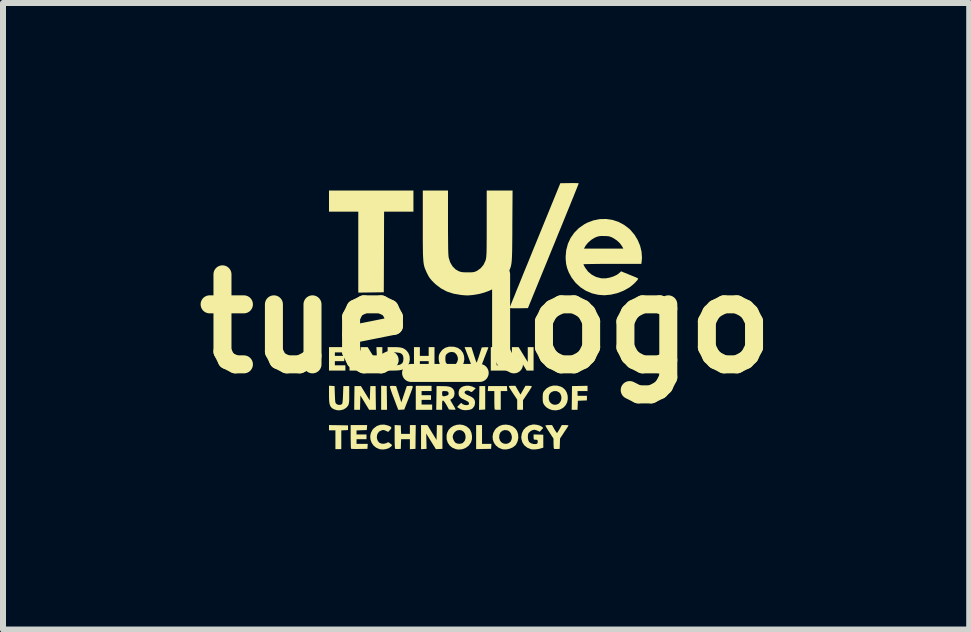
<source format=kicad_pcb>
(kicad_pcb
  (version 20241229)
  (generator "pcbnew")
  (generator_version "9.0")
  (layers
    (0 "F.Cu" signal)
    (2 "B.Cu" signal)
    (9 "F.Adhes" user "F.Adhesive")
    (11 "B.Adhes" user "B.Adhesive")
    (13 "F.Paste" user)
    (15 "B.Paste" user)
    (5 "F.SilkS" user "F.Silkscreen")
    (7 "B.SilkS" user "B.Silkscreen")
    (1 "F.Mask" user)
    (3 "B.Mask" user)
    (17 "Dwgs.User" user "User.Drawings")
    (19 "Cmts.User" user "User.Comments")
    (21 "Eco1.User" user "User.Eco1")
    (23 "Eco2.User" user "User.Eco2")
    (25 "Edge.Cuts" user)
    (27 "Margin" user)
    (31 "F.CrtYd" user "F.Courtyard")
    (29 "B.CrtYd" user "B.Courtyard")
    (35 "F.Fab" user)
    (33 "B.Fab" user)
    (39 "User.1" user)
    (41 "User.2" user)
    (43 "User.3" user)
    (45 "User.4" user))
  (footprint "tue_logo"
    (layer "F.Cu")
    (at 5.05 2.343)
    (property "Reference" "tue_logo" (at 0 0 0) (layer "F.SilkS") (effects (font (size 1.5 1.5) (thickness 0.3))))
    (attr board_only exclude_from_pos_files exclude_from_bom)
    (fp_poly (pts (xy -2.169 0.586) (xy -2.169 0.782) (xy -2.223 0.782) (xy -2.276 0.782) (xy -2.276 0.586) (xy -2.276 0.391) (xy -2.223 0.391) (xy -2.169 0.391)) (stroke (width 0) (type solid)) (fill yes) (layer "F.SilkS"))
    (fp_poly (pts (xy -1.702 1.037) (xy -1.656 1.04) (xy -1.653 1.238) (xy -1.651 1.436) (xy -1.7 1.436) (xy -1.749 1.436) (xy -1.749 1.235) (xy -1.749 1.034)) (stroke (width 0) (type solid)) (fill yes) (layer "F.SilkS"))
    (fp_poly (pts (xy -0.015 1.236) (xy -0.015 1.431) (xy -0.066 1.434) (xy -0.118 1.437) (xy -0.115 1.239) (xy -0.112 1.04) (xy -0.064 1.04) (xy -0.015 1.04)) (stroke (width 0) (type solid)) (fill yes) (layer "F.SilkS"))
    (fp_poly (pts (xy -0.068 1.846) (xy -0.068 2.003) (xy 0.01 2.003) (xy 0.089 2.003) (xy 0.086 2.044) (xy 0.083 2.086) (xy -0.042 2.088) (xy -0.166 2.091) (xy -0.166 1.891) (xy -0.166 1.69) (xy -0.117 1.69) (xy -0.068 1.69)) (stroke (width 0) (type solid)) (fill yes) (layer "F.SilkS"))
    (fp_poly (pts (xy -2.459 1.692) (xy -2.301 1.695) (xy -2.301 1.734) (xy -2.301 1.773) (xy -2.357 1.776) (xy -2.413 1.779) (xy -2.413 1.935) (xy -2.413 2.091) (xy -2.462 2.091) (xy -2.511 2.091) (xy -2.511 1.934) (xy -2.511 1.778) (xy -2.564 1.778) (xy -2.618 1.778) (xy -2.618 1.734) (xy -2.618 1.69)) (stroke (width 0) (type solid)) (fill yes) (layer "F.SilkS"))
    (fp_poly (pts (xy -1.211 -2.042) (xy -1.211 -1.866) (xy -1.456 -1.866) (xy -1.7 -1.866) (xy -1.702 -1.194) (xy -1.705 -0.523) (xy -1.917 -0.52) (xy -2.13 -0.517) (xy -2.13 -1.192) (xy -2.13 -1.866) (xy -2.374 -1.866) (xy -2.618 -1.866) (xy -2.618 -2.042) (xy -2.618 -2.218) (xy -1.915 -2.218) (xy -1.211 -2.218)) (stroke (width 0) (type solid)) (fill yes) (layer "F.SilkS"))
    (fp_poly (pts (xy -2.013 1.16) (xy -1.939 1.279) (xy -1.934 1.16) (xy -1.929 1.04) (xy -1.885 1.04) (xy -1.841 1.04) (xy -1.839 1.238) (xy -1.836 1.436) (xy -1.893 1.436) (xy -1.949 1.436) (xy -2.022 1.316) (xy -2.095 1.197) (xy -2.098 1.316) (xy -2.101 1.436) (xy -2.15 1.436) (xy -2.198 1.436) (xy -2.196 1.238) (xy -2.193 1.04) (xy -2.14 1.04) (xy -2.086 1.04)) (stroke (width 0) (type solid)) (fill yes) (layer "F.SilkS"))
    (fp_poly (pts (xy -0.774 1.692) (xy -0.728 1.695) (xy -0.728 1.89) (xy -0.728 2.086) (xy -0.782 2.089) (xy -0.837 2.091) (xy -0.917 1.962) (xy -0.998 1.832) (xy -0.995 1.959) (xy -0.992 2.086) (xy -1.038 2.089) (xy -1.084 2.092) (xy -1.084 1.891) (xy -1.084 1.69) (xy -1.031 1.69) (xy -0.978 1.69) (xy -0.902 1.814) (xy -0.826 1.938) (xy -0.823 1.813) (xy -0.82 1.689)) (stroke (width 0) (type solid)) (fill yes) (layer "F.SilkS"))
    (fp_poly (pts (xy 0.791 0.586) (xy 0.791 0.782) (xy 0.734 0.782) (xy 0.676 0.782) (xy 0.602 0.662) (xy 0.528 0.543) (xy 0.528 0.662) (xy 0.528 0.782) (xy 0.479 0.782) (xy 0.43 0.782) (xy 0.43 0.586) (xy 0.43 0.391) (xy 0.486 0.391) (xy 0.542 0.391) (xy 0.618 0.515) (xy 0.694 0.64) (xy 0.694 0.515) (xy 0.694 0.391) (xy 0.742 0.391) (xy 0.791 0.391)) (stroke (width 0) (type solid)) (fill yes) (layer "F.SilkS"))
    (fp_poly (pts (xy 1.69 1.079) (xy 1.69 1.123) (xy 1.607 1.123) (xy 1.524 1.123) (xy 1.524 1.163) (xy 1.524 1.202) (xy 1.602 1.202) (xy 1.68 1.202) (xy 1.68 1.24) (xy 1.68 1.279) (xy 1.605 1.282) (xy 1.529 1.285) (xy 1.526 1.36) (xy 1.523 1.436) (xy 1.475 1.436) (xy 1.426 1.436) (xy 1.429 1.238) (xy 1.431 1.04) (xy 1.561 1.038) (xy 1.69 1.035)) (stroke (width 0) (type solid)) (fill yes) (layer "F.SilkS"))
    (fp_poly (pts (xy 0.35 1.082) (xy 0.353 1.123) (xy 0.299 1.123) (xy 0.244 1.123) (xy 0.244 1.28) (xy 0.244 1.436) (xy 0.197 1.436) (xy 0.168 1.435) (xy 0.148 1.432) (xy 0.143 1.43) (xy 0.141 1.418) (xy 0.139 1.39) (xy 0.138 1.35) (xy 0.137 1.301) (xy 0.137 1.273) (xy 0.137 1.123) (xy 0.082 1.123) (xy 0.028 1.123) (xy 0.031 1.082) (xy 0.034 1.04) (xy 0.191 1.04) (xy 0.347 1.04)) (stroke (width 0) (type solid)) (fill yes) (layer "F.SilkS"))
    (fp_poly (pts (xy -1.937 0.45) (xy -1.912 0.49) (xy -1.883 0.535) (xy -1.858 0.574) (xy -1.816 0.64) (xy -1.822 0.515) (xy -1.828 0.391) (xy -1.778 0.391) (xy -1.729 0.391) (xy -1.729 0.587) (xy -1.729 0.783) (xy -1.785 0.78) (xy -1.841 0.777) (xy -1.915 0.658) (xy -1.988 0.539) (xy -1.991 0.66) (xy -1.994 0.782) (xy -2.042 0.782) (xy -2.091 0.782) (xy -2.091 0.586) (xy -2.091 0.391) (xy -2.032 0.391) (xy -1.973 0.391)) (stroke (width 0) (type solid)) (fill yes) (layer "F.SilkS"))
    (fp_poly (pts (xy -2.354 0.435) (xy -2.354 0.479) (xy -2.437 0.479) (xy -2.52 0.479) (xy -2.52 0.508) (xy -2.52 0.537) (xy -2.442 0.537) (xy -2.364 0.537) (xy -2.364 0.581) (xy -2.364 0.625) (xy -2.442 0.625) (xy -2.52 0.625) (xy -2.52 0.659) (xy -2.52 0.694) (xy -2.433 0.694) (xy -2.345 0.694) (xy -2.345 0.738) (xy -2.345 0.782) (xy -2.481 0.782) (xy -2.618 0.782) (xy -2.618 0.586) (xy -2.618 0.391) (xy -2.486 0.391) (xy -2.354 0.391)) (stroke (width 0) (type solid)) (fill yes) (layer "F.SilkS"))
    (fp_poly (pts (xy -1.104 0.464) (xy -1.104 0.537) (xy -1.031 0.537) (xy -0.957 0.537) (xy -0.957 0.464) (xy -0.957 0.391) (xy -0.909 0.391) (xy -0.86 0.391) (xy -0.86 0.586) (xy -0.86 0.782) (xy -0.909 0.782) (xy -0.957 0.782) (xy -0.957 0.703) (xy -0.957 0.625) (xy -1.031 0.625) (xy -1.104 0.625) (xy -1.104 0.703) (xy -1.104 0.782) (xy -1.153 0.782) (xy -1.202 0.782) (xy -1.202 0.586) (xy -1.202 0.391) (xy -1.153 0.391) (xy -1.104 0.391)) (stroke (width 0) (type solid)) (fill yes) (layer "F.SilkS"))
    (fp_poly (pts (xy -0.909 1.079) (xy -0.909 1.123) (xy -0.992 1.123) (xy -1.075 1.123) (xy -1.075 1.158) (xy -1.075 1.192) (xy -0.996 1.192) (xy -0.918 1.192) (xy -0.918 1.231) (xy -0.918 1.27) (xy -0.996 1.27) (xy -1.075 1.27) (xy -1.075 1.309) (xy -1.075 1.348) (xy -0.987 1.348) (xy -0.899 1.348) (xy -0.899 1.392) (xy -0.899 1.436) (xy -1.036 1.436) (xy -1.172 1.436) (xy -1.172 1.236) (xy -1.172 1.036) (xy -1.04 1.036) (xy -0.909 1.036)) (stroke (width 0) (type solid)) (fill yes) (layer "F.SilkS"))
    (fp_poly (pts (xy 0.35 0.432) (xy 0.347 0.474) (xy 0.261 0.477) (xy 0.176 0.479) (xy 0.176 0.508) (xy 0.176 0.537) (xy 0.256 0.539) (xy 0.337 0.542) (xy 0.337 0.581) (xy 0.337 0.62) (xy 0.256 0.623) (xy 0.176 0.626) (xy 0.176 0.659) (xy 0.176 0.693) (xy 0.266 0.696) (xy 0.357 0.699) (xy 0.36 0.74) (xy 0.363 0.782) (xy 0.22 0.782) (xy 0.078 0.782) (xy 0.078 0.586) (xy 0.078 0.391) (xy 0.215 0.391) (xy 0.353 0.391)) (stroke (width 0) (type solid)) (fill yes) (layer "F.SilkS"))
    (fp_poly (pts (xy -0.203 0.522) (xy -0.188 0.569) (xy -0.175 0.608) (xy -0.165 0.635) (xy -0.158 0.648) (xy -0.157 0.649) (xy -0.152 0.638) (xy -0.143 0.612) (xy -0.13 0.575) (xy -0.115 0.53) (xy -0.112 0.519) (xy -0.073 0.396) (xy -0.016 0.393) (xy 0.017 0.392) (xy 0.034 0.395) (xy 0.037 0.401) (xy 0.037 0.402) (xy 0.032 0.415) (xy 0.021 0.443) (xy 0.005 0.483) (xy -0.014 0.533) (xy -0.036 0.588) (xy -0.039 0.598) (xy -0.11 0.782) (xy -0.161 0.782) (xy -0.211 0.782) (xy -0.285 0.586) (xy -0.359 0.391) (xy -0.302 0.391) (xy -0.245 0.391)) (stroke (width 0) (type solid)) (fill yes) (layer "F.SilkS"))
    (fp_poly (pts (xy 0.53 1.109) (xy 0.573 1.182) (xy 0.614 1.109) (xy 0.656 1.036) (xy 0.709 1.036) (xy 0.738 1.037) (xy 0.758 1.042) (xy 0.762 1.045) (xy 0.757 1.057) (xy 0.743 1.081) (xy 0.722 1.115) (xy 0.695 1.155) (xy 0.689 1.165) (xy 0.615 1.275) (xy 0.615 1.355) (xy 0.615 1.436) (xy 0.567 1.436) (xy 0.518 1.436) (xy 0.518 1.351) (xy 0.518 1.265) (xy 0.445 1.156) (xy 0.419 1.116) (xy 0.398 1.081) (xy 0.383 1.056) (xy 0.378 1.043) (xy 0.378 1.041) (xy 0.391 1.038) (xy 0.416 1.036) (xy 0.436 1.036) (xy 0.488 1.036)) (stroke (width 0) (type solid)) (fill yes) (layer "F.SilkS"))
    (fp_poly (pts (xy -1.473 1.692) (xy -1.421 1.695) (xy -1.419 1.766) (xy -1.416 1.837) (xy -1.343 1.837) (xy -1.27 1.837) (xy -1.27 1.763) (xy -1.27 1.69) (xy -1.221 1.69) (xy -1.172 1.69) (xy -1.175 1.888) (xy -1.177 2.086) (xy -1.224 2.089) (xy -1.27 2.092) (xy -1.27 2.008) (xy -1.27 1.925) (xy -1.343 1.925) (xy -1.416 1.925) (xy -1.419 2.005) (xy -1.421 2.086) (xy -1.466 2.089) (xy -1.494 2.089) (xy -1.513 2.086) (xy -1.517 2.085) (xy -1.519 2.073) (xy -1.521 2.045) (xy -1.523 2.004) (xy -1.524 1.952) (xy -1.524 1.893) (xy -1.524 1.883) (xy -1.524 1.689)) (stroke (width 0) (type solid)) (fill yes) (layer "F.SilkS"))
    (fp_poly (pts (xy -1.985 1.732) (xy -1.988 1.773) (xy -2.074 1.776) (xy -2.159 1.779) (xy -2.159 1.813) (xy -2.159 1.846) (xy -2.076 1.846) (xy -1.993 1.846) (xy -1.993 1.885) (xy -1.993 1.925) (xy -2.076 1.925) (xy -2.159 1.925) (xy -2.159 1.964) (xy -2.159 2.003) (xy -2.066 2.003) (xy -1.972 2.003) (xy -1.975 2.044) (xy -1.978 2.086) (xy -2.111 2.088) (xy -2.16 2.089) (xy -2.202 2.088) (xy -2.232 2.087) (xy -2.249 2.085) (xy -2.25 2.084) (xy -2.252 2.073) (xy -2.254 2.045) (xy -2.255 2.004) (xy -2.256 1.952) (xy -2.257 1.893) (xy -2.257 1.884) (xy -2.257 1.69) (xy -2.119 1.69) (xy -1.982 1.69)) (stroke (width 0) (type solid)) (fill yes) (layer "F.SilkS"))
    (fp_poly (pts (xy -1.227 1.04) (xy -1.222 1.048) (xy -1.222 1.052) (xy -1.225 1.066) (xy -1.235 1.096) (xy -1.25 1.137) (xy -1.269 1.187) (xy -1.29 1.243) (xy -1.293 1.25) (xy -1.364 1.431) (xy -1.414 1.434) (xy -1.463 1.437) (xy -1.489 1.371) (xy -1.502 1.336) (xy -1.52 1.288) (xy -1.54 1.235) (xy -1.561 1.181) (xy -1.562 1.177) (xy -1.579 1.131) (xy -1.592 1.091) (xy -1.601 1.061) (xy -1.603 1.044) (xy -1.603 1.042) (xy -1.589 1.038) (xy -1.564 1.037) (xy -1.548 1.037) (xy -1.5 1.04) (xy -1.456 1.176) (xy -1.413 1.312) (xy -1.367 1.176) (xy -1.322 1.04) (xy -1.272 1.037) (xy -1.242 1.037)) (stroke (width 0) (type solid)) (fill yes) (layer "F.SilkS"))
    (fp_poly (pts (xy -1.541 0.391) (xy -1.477 0.392) (xy -1.427 0.397) (xy -1.389 0.407) (xy -1.358 0.423) (xy -1.33 0.445) (xy -1.296 0.487) (xy -1.276 0.538) (xy -1.271 0.593) (xy -1.279 0.646) (xy -1.302 0.695) (xy -1.338 0.734) (xy -1.34 0.735) (xy -1.371 0.755) (xy -1.405 0.769) (xy -1.445 0.777) (xy -1.497 0.781) (xy -1.54 0.782) (xy -1.641 0.782) (xy -1.641 0.586) (xy -1.641 0.476) (xy -1.544 0.476) (xy -1.544 0.585) (xy -1.544 0.694) (xy -1.499 0.694) (xy -1.465 0.69) (xy -1.433 0.682) (xy -1.426 0.679) (xy -1.398 0.659) (xy -1.383 0.632) (xy -1.378 0.592) (xy -1.377 0.582) (xy -1.383 0.539) (xy -1.402 0.508) (xy -1.434 0.489) (xy -1.483 0.481) (xy -1.483 0.481) (xy -1.544 0.476) (xy -1.641 0.476) (xy -1.641 0.391)) (stroke (width 0) (type solid)) (fill yes) (layer "F.SilkS"))
    (fp_poly (pts (xy 1.487 -2.342) (xy 1.521 -2.341) (xy 1.54 -2.339) (xy 1.543 -2.338) (xy 1.54 -2.328) (xy 1.529 -2.301) (xy 1.512 -2.258) (xy 1.489 -2.201) (xy 1.461 -2.13) (xy 1.427 -2.047) (xy 1.389 -1.953) (xy 1.346 -1.848) (xy 1.3 -1.735) (xy 1.251 -1.614) (xy 1.198 -1.486) (xy 1.144 -1.352) (xy 1.12 -1.294) (xy 0.697 -0.259) (xy 0.544 -0.256) (xy 0.492 -0.256) (xy 0.447 -0.256) (xy 0.414 -0.258) (xy 0.394 -0.26) (xy 0.391 -0.261) (xy 0.394 -0.271) (xy 0.405 -0.298) (xy 0.422 -0.34) (xy 0.445 -0.398) (xy 0.474 -0.468) (xy 0.507 -0.552) (xy 0.546 -0.646) (xy 0.588 -0.75) (xy 0.634 -0.864) (xy 0.684 -0.985) (xy 0.736 -1.113) (xy 0.79 -1.246) (xy 0.814 -1.304) (xy 1.237 -2.34) (xy 1.39 -2.342) (xy 1.442 -2.343)) (stroke (width 0) (type solid)) (fill yes) (layer "F.SilkS"))
    (fp_poly (pts (xy 1.353 1.691) (xy 1.37 1.695) (xy 1.372 1.701) (xy 1.371 1.702) (xy 1.363 1.715) (xy 1.347 1.74) (xy 1.324 1.774) (xy 1.298 1.813) (xy 1.298 1.814) (xy 1.232 1.913) (xy 1.229 1.999) (xy 1.226 2.086) (xy 1.182 2.089) (xy 1.154 2.089) (xy 1.134 2.086) (xy 1.13 2.085) (xy 1.127 2.072) (xy 1.125 2.045) (xy 1.124 2.009) (xy 1.123 1.997) (xy 1.123 1.916) (xy 1.055 1.811) (xy 1.029 1.771) (xy 1.008 1.736) (xy 0.993 1.711) (xy 0.987 1.699) (xy 0.987 1.698) (xy 0.996 1.694) (xy 1.018 1.691) (xy 1.043 1.69) (xy 1.099 1.69) (xy 1.137 1.758) (xy 1.156 1.789) (xy 1.172 1.812) (xy 1.181 1.821) (xy 1.183 1.821) (xy 1.191 1.811) (xy 1.205 1.788) (xy 1.223 1.758) (xy 1.226 1.753) (xy 1.261 1.69) (xy 1.32 1.69)) (stroke (width 0) (type solid)) (fill yes) (layer "F.SilkS"))
    (fp_poly (pts (xy -2.572 1.037) (xy -2.525 1.04) (xy -2.52 1.181) (xy -2.518 1.236) (xy -2.516 1.275) (xy -2.513 1.301) (xy -2.509 1.318) (xy -2.503 1.329) (xy -2.494 1.338) (xy -2.492 1.34) (xy -2.463 1.353) (xy -2.43 1.353) (xy -2.402 1.341) (xy -2.399 1.338) (xy -2.395 1.325) (xy -2.391 1.296) (xy -2.387 1.255) (xy -2.385 1.206) (xy -2.384 1.184) (xy -2.379 1.04) (xy -2.33 1.04) (xy -2.281 1.04) (xy -2.281 1.187) (xy -2.281 1.245) (xy -2.282 1.287) (xy -2.285 1.318) (xy -2.289 1.339) (xy -2.295 1.356) (xy -2.301 1.368) (xy -2.333 1.404) (xy -2.376 1.43) (xy -2.428 1.443) (xy -2.481 1.443) (xy -2.532 1.428) (xy -2.536 1.426) (xy -2.564 1.41) (xy -2.585 1.39) (xy -2.6 1.364) (xy -2.61 1.33) (xy -2.616 1.283) (xy -2.618 1.222) (xy -2.618 1.183) (xy -2.618 1.034)) (stroke (width 0) (type solid)) (fill yes) (layer "F.SilkS"))
    (fp_poly (pts (xy -1.639 1.696) (xy -1.601 1.711) (xy -1.582 1.725) (xy -1.579 1.742) (xy -1.593 1.763) (xy -1.601 1.772) (xy -1.632 1.804) (xy -1.671 1.785) (xy -1.699 1.774) (xy -1.722 1.772) (xy -1.742 1.778) (xy -1.782 1.798) (xy -1.807 1.831) (xy -1.817 1.857) (xy -1.821 1.899) (xy -1.811 1.941) (xy -1.789 1.975) (xy -1.781 1.983) (xy -1.747 1.998) (xy -1.707 2.002) (xy -1.668 1.993) (xy -1.656 1.987) (xy -1.639 1.978) (xy -1.626 1.978) (xy -1.608 1.989) (xy -1.597 1.998) (xy -1.576 2.014) (xy -1.568 2.025) (xy -1.573 2.036) (xy -1.58 2.044) (xy -1.615 2.071) (xy -1.663 2.089) (xy -1.716 2.097) (xy -1.767 2.093) (xy -1.775 2.092) (xy -1.83 2.068) (xy -1.875 2.032) (xy -1.907 1.986) (xy -1.926 1.934) (xy -1.931 1.878) (xy -1.921 1.823) (xy -1.895 1.771) (xy -1.872 1.744) (xy -1.82 1.705) (xy -1.762 1.685) (xy -1.698 1.682)) (stroke (width 0) (type solid)) (fill yes) (layer "F.SilkS"))
    (fp_poly (pts (xy 0.387 1.69) (xy 0.44 1.711) (xy 0.485 1.746) (xy 0.515 1.787) (xy 0.533 1.841) (xy 0.537 1.9) (xy 0.526 1.958) (xy 0.502 2.009) (xy 0.486 2.03) (xy 0.444 2.062) (xy 0.392 2.084) (xy 0.335 2.096) (xy 0.281 2.094) (xy 0.269 2.092) (xy 0.21 2.068) (xy 0.164 2.031) (xy 0.131 1.985) (xy 0.112 1.933) (xy 0.109 1.896) (xy 0.217 1.896) (xy 0.218 1.904) (xy 0.231 1.948) (xy 0.258 1.98) (xy 0.295 1.999) (xy 0.337 2.003) (xy 0.374 1.992) (xy 0.405 1.969) (xy 0.423 1.935) (xy 0.43 1.896) (xy 0.424 1.856) (xy 0.408 1.819) (xy 0.381 1.791) (xy 0.354 1.778) (xy 0.309 1.773) (xy 0.271 1.785) (xy 0.24 1.811) (xy 0.222 1.849) (xy 0.217 1.896) (xy 0.109 1.896) (xy 0.108 1.878) (xy 0.119 1.822) (xy 0.147 1.769) (xy 0.17 1.742) (xy 0.217 1.707) (xy 0.272 1.687) (xy 0.33 1.682)) (stroke (width 0) (type solid)) (fill yes) (layer "F.SilkS"))
    (fp_poly (pts (xy -0.378 1.69) (xy -0.327 1.712) (xy -0.284 1.747) (xy -0.266 1.77) (xy -0.245 1.817) (xy -0.235 1.873) (xy -0.237 1.929) (xy -0.251 1.978) (xy -0.253 1.981) (xy -0.289 2.032) (xy -0.338 2.069) (xy -0.395 2.092) (xy -0.458 2.098) (xy -0.505 2.091) (xy -0.561 2.068) (xy -0.606 2.032) (xy -0.639 1.984) (xy -0.657 1.928) (xy -0.658 1.885) (xy -0.557 1.885) (xy -0.55 1.919) (xy -0.534 1.955) (xy -0.512 1.982) (xy -0.507 1.987) (xy -0.476 1.999) (xy -0.439 2.002) (xy -0.403 1.995) (xy -0.385 1.985) (xy -0.358 1.955) (xy -0.344 1.915) (xy -0.342 1.883) (xy -0.35 1.838) (xy -0.372 1.803) (xy -0.404 1.781) (xy -0.443 1.772) (xy -0.485 1.78) (xy -0.491 1.783) (xy -0.523 1.807) (xy -0.547 1.843) (xy -0.557 1.882) (xy -0.557 1.885) (xy -0.658 1.885) (xy -0.659 1.866) (xy -0.651 1.824) (xy -0.626 1.772) (xy -0.589 1.732) (xy -0.542 1.703) (xy -0.489 1.686) (xy -0.434 1.681)) (stroke (width 0) (type solid)) (fill yes) (layer "F.SilkS"))
    (fp_poly (pts (xy -0.533 0.385) (xy -0.473 0.403) (xy -0.424 0.436) (xy -0.421 0.439) (xy -0.385 0.487) (xy -0.367 0.541) (xy -0.363 0.598) (xy -0.374 0.653) (xy -0.399 0.704) (xy -0.437 0.747) (xy -0.487 0.777) (xy -0.535 0.789) (xy -0.59 0.791) (xy -0.645 0.783) (xy -0.685 0.769) (xy -0.734 0.734) (xy -0.767 0.688) (xy -0.785 0.63) (xy -0.789 0.599) (xy -0.789 0.585) (xy -0.679 0.585) (xy -0.677 0.624) (xy -0.67 0.65) (xy -0.659 0.664) (xy -0.622 0.693) (xy -0.579 0.703) (xy -0.533 0.694) (xy -0.506 0.675) (xy -0.484 0.643) (xy -0.471 0.605) (xy -0.469 0.586) (xy -0.476 0.547) (xy -0.495 0.511) (xy -0.522 0.484) (xy -0.535 0.478) (xy -0.577 0.471) (xy -0.619 0.48) (xy -0.654 0.503) (xy -0.669 0.521) (xy -0.676 0.542) (xy -0.679 0.572) (xy -0.679 0.585) (xy -0.789 0.585) (xy -0.79 0.56) (xy -0.787 0.531) (xy -0.778 0.505) (xy -0.769 0.488) (xy -0.732 0.438) (xy -0.684 0.403) (xy -0.625 0.385) (xy -0.605 0.383)) (stroke (width 0) (type solid)) (fill yes) (layer "F.SilkS"))
    (fp_poly (pts (xy 1.241 1.048) (xy 1.277 1.066) (xy 1.317 1.102) (xy 1.344 1.148) (xy 1.359 1.201) (xy 1.361 1.257) (xy 1.35 1.311) (xy 1.325 1.36) (xy 1.288 1.399) (xy 1.287 1.4) (xy 1.229 1.432) (xy 1.166 1.445) (xy 1.101 1.44) (xy 1.048 1.422) (xy 1.001 1.392) (xy 0.97 1.357) (xy 0.956 1.334) (xy 0.948 1.312) (xy 0.944 1.285) (xy 0.943 1.246) (xy 0.943 1.241) (xy 1.044 1.241) (xy 1.045 1.26) (xy 1.057 1.299) (xy 1.082 1.328) (xy 1.115 1.347) (xy 1.154 1.352) (xy 1.192 1.343) (xy 1.219 1.326) (xy 1.244 1.29) (xy 1.255 1.248) (xy 1.252 1.205) (xy 1.235 1.165) (xy 1.214 1.143) (xy 1.177 1.125) (xy 1.135 1.123) (xy 1.096 1.136) (xy 1.074 1.152) (xy 1.055 1.176) (xy 1.046 1.203) (xy 1.044 1.241) (xy 0.943 1.241) (xy 0.943 1.236) (xy 0.944 1.193) (xy 0.947 1.164) (xy 0.954 1.142) (xy 0.966 1.122) (xy 1.008 1.078) (xy 1.059 1.048) (xy 1.118 1.032) (xy 1.18 1.032)) (stroke (width 0) (type solid)) (fill yes) (layer "F.SilkS"))
    (fp_poly (pts (xy -0.283 1.035) (xy -0.234 1.047) (xy -0.216 1.055) (xy -0.173 1.076) (xy -0.208 1.111) (xy -0.229 1.131) (xy -0.242 1.139) (xy -0.254 1.137) (xy -0.265 1.13) (xy -0.295 1.116) (xy -0.326 1.115) (xy -0.35 1.126) (xy -0.352 1.129) (xy -0.36 1.147) (xy -0.351 1.164) (xy -0.326 1.182) (xy -0.284 1.201) (xy -0.235 1.225) (xy -0.204 1.252) (xy -0.188 1.284) (xy -0.184 1.319) (xy -0.193 1.367) (xy -0.219 1.406) (xy -0.239 1.422) (xy -0.268 1.433) (xy -0.308 1.44) (xy -0.351 1.442) (xy -0.39 1.438) (xy -0.406 1.433) (xy -0.436 1.42) (xy -0.46 1.405) (xy -0.484 1.389) (xy -0.45 1.354) (xy -0.417 1.32) (xy -0.393 1.339) (xy -0.367 1.352) (xy -0.337 1.358) (xy -0.309 1.356) (xy -0.29 1.348) (xy -0.286 1.342) (xy -0.286 1.32) (xy -0.302 1.3) (xy -0.336 1.281) (xy -0.353 1.273) (xy -0.403 1.249) (xy -0.436 1.224) (xy -0.454 1.195) (xy -0.459 1.163) (xy -0.456 1.13) (xy -0.447 1.099) (xy -0.445 1.095) (xy -0.419 1.065) (xy -0.381 1.045) (xy -0.334 1.035)) (stroke (width 0) (type solid)) (fill yes) (layer "F.SilkS"))
    (fp_poly (pts (xy 0.85 1.686) (xy 0.896 1.699) (xy 0.929 1.718) (xy 0.952 1.737) (xy 0.923 1.769) (xy 0.894 1.802) (xy 0.86 1.785) (xy 0.831 1.774) (xy 0.804 1.768) (xy 0.801 1.768) (xy 0.768 1.776) (xy 0.735 1.795) (xy 0.71 1.821) (xy 0.702 1.834) (xy 0.696 1.867) (xy 0.696 1.906) (xy 0.703 1.943) (xy 0.716 1.97) (xy 0.718 1.973) (xy 0.747 1.993) (xy 0.785 2.005) (xy 0.824 2.007) (xy 0.832 2.006) (xy 0.851 1.999) (xy 0.859 1.985) (xy 0.86 1.967) (xy 0.858 1.945) (xy 0.849 1.936) (xy 0.827 1.934) (xy 0.826 1.934) (xy 0.805 1.933) (xy 0.795 1.927) (xy 0.792 1.91) (xy 0.791 1.89) (xy 0.791 1.846) (xy 0.872 1.848) (xy 0.953 1.851) (xy 0.953 1.959) (xy 0.953 2.066) (xy 0.915 2.078) (xy 0.871 2.089) (xy 0.822 2.095) (xy 0.777 2.096) (xy 0.747 2.092) (xy 0.686 2.067) (xy 0.638 2.029) (xy 0.605 1.98) (xy 0.588 1.92) (xy 0.586 1.888) (xy 0.596 1.827) (xy 0.621 1.773) (xy 0.661 1.73) (xy 0.712 1.698) (xy 0.772 1.682) (xy 0.801 1.68)) (stroke (width 0) (type solid)) (fill yes) (layer "F.SilkS"))
    (fp_poly (pts (xy -0.723 1.041) (xy -0.663 1.043) (xy -0.619 1.049) (xy -0.587 1.059) (xy -0.563 1.075) (xy -0.544 1.096) (xy -0.53 1.128) (xy -0.526 1.166) (xy -0.533 1.204) (xy -0.549 1.235) (xy -0.574 1.254) (xy -0.577 1.256) (xy -0.593 1.264) (xy -0.596 1.271) (xy -0.591 1.283) (xy -0.578 1.306) (xy -0.559 1.338) (xy -0.552 1.35) (xy -0.532 1.383) (xy -0.517 1.41) (xy -0.509 1.427) (xy -0.508 1.429) (xy -0.517 1.433) (xy -0.54 1.435) (xy -0.563 1.434) (xy -0.619 1.431) (xy -0.659 1.358) (xy -0.679 1.324) (xy -0.698 1.298) (xy -0.712 1.283) (xy -0.716 1.282) (xy -0.724 1.282) (xy -0.729 1.29) (xy -0.732 1.309) (xy -0.733 1.343) (xy -0.733 1.357) (xy -0.733 1.436) (xy -0.782 1.436) (xy -0.831 1.436) (xy -0.828 1.238) (xy -0.827 1.161) (xy -0.733 1.161) (xy -0.731 1.191) (xy -0.724 1.207) (xy -0.707 1.211) (xy -0.676 1.205) (xy -0.662 1.201) (xy -0.638 1.192) (xy -0.627 1.18) (xy -0.625 1.163) (xy -0.629 1.142) (xy -0.643 1.13) (xy -0.67 1.124) (xy -0.694 1.123) (xy -0.719 1.124) (xy -0.73 1.131) (xy -0.733 1.149) (xy -0.733 1.161) (xy -0.827 1.161) (xy -0.826 1.04)) (stroke (width 0) (type solid)) (fill yes) (layer "F.SilkS"))
    (fp_poly (pts (xy 2.105 -1.729) (xy 2.206 -1.696) (xy 2.301 -1.645) (xy 2.388 -1.578) (xy 2.408 -1.558) (xy 2.474 -1.48) (xy 2.527 -1.392) (xy 2.566 -1.298) (xy 2.59 -1.2) (xy 2.597 -1.103) (xy 2.594 -1.055) (xy 2.587 -0.996) (xy 2.104 -0.996) (xy 2.009 -0.996) (xy 1.92 -0.996) (xy 1.84 -0.995) (xy 1.769 -0.994) (xy 1.71 -0.993) (xy 1.664 -0.992) (xy 1.635 -0.991) (xy 1.622 -0.989) (xy 1.622 -0.989) (xy 1.626 -0.977) (xy 1.638 -0.954) (xy 1.651 -0.932) (xy 1.698 -0.868) (xy 1.759 -0.817) (xy 1.83 -0.779) (xy 1.909 -0.758) (xy 1.929 -0.755) (xy 1.993 -0.755) (xy 2.06 -0.767) (xy 2.126 -0.788) (xy 2.183 -0.816) (xy 2.221 -0.845) (xy 2.249 -0.872) (xy 2.387 -0.816) (xy 2.435 -0.796) (xy 2.478 -0.779) (xy 2.51 -0.765) (xy 2.529 -0.756) (xy 2.533 -0.753) (xy 2.531 -0.742) (xy 2.518 -0.722) (xy 2.494 -0.696) (xy 2.465 -0.666) (xy 2.431 -0.637) (xy 2.397 -0.61) (xy 2.384 -0.601) (xy 2.289 -0.548) (xy 2.185 -0.508) (xy 2.078 -0.483) (xy 1.971 -0.473) (xy 1.871 -0.48) (xy 1.763 -0.505) (xy 1.662 -0.548) (xy 1.571 -0.607) (xy 1.491 -0.681) (xy 1.425 -0.767) (xy 1.378 -0.853) (xy 1.35 -0.926) (xy 1.333 -0.996) (xy 1.326 -1.073) (xy 1.325 -1.114) (xy 1.335 -1.226) (xy 1.342 -1.25) (xy 1.63 -1.25) (xy 1.959 -1.25) (xy 2.287 -1.25) (xy 2.265 -1.29) (xy 2.228 -1.341) (xy 2.177 -1.388) (xy 2.119 -1.426) (xy 2.102 -1.435) (xy 2.071 -1.448) (xy 2.042 -1.456) (xy 2.008 -1.459) (xy 1.962 -1.46) (xy 1.959 -1.46) (xy 1.912 -1.46) (xy 1.878 -1.456) (xy 1.848 -1.448) (xy 1.817 -1.435) (xy 1.815 -1.435) (xy 1.756 -1.399) (xy 1.703 -1.354) (xy 1.661 -1.304) (xy 1.653 -1.29) (xy 1.63 -1.25) (xy 1.342 -1.25) (xy 1.363 -1.331) (xy 1.408 -1.428) (xy 1.469 -1.515) (xy 1.545 -1.592) (xy 1.635 -1.655) (xy 1.685 -1.682) (xy 1.789 -1.721) (xy 1.894 -1.742) (xy 2.001 -1.744)) (stroke (width 0) (type solid)) (fill yes) (layer "F.SilkS"))
    (fp_poly (pts (xy -0.635 -1.686) (xy -0.635 -1.545) (xy -0.634 -1.424) (xy -0.633 -1.322) (xy -0.632 -1.239) (xy -0.63 -1.175) (xy -0.627 -1.13) (xy -0.624 -1.104) (xy -0.624 -1.102) (xy -0.599 -1.022) (xy -0.561 -0.957) (xy -0.511 -0.906) (xy -0.46 -0.876) (xy -0.435 -0.866) (xy -0.409 -0.86) (xy -0.376 -0.856) (xy -0.33 -0.855) (xy -0.308 -0.855) (xy -0.259 -0.855) (xy -0.224 -0.857) (xy -0.198 -0.861) (xy -0.176 -0.869) (xy -0.152 -0.88) (xy -0.15 -0.881) (xy -0.09 -0.924) (xy -0.043 -0.98) (xy -0.011 -1.048) (xy -0.01 -1.053) (xy -0.005 -1.068) (xy -0.002 -1.082) (xy 0.001 -1.1) (xy 0.003 -1.121) (xy 0.005 -1.148) (xy 0.007 -1.182) (xy 0.008 -1.225) (xy 0.009 -1.279) (xy 0.009 -1.346) (xy 0.01 -1.426) (xy 0.01 -1.523) (xy 0.01 -1.637) (xy 0.01 -1.667) (xy 0.01 -2.218) (xy 0.225 -2.218) (xy 0.441 -2.218) (xy 0.437 -1.624) (xy 0.437 -1.497) (xy 0.436 -1.387) (xy 0.435 -1.294) (xy 0.434 -1.215) (xy 0.432 -1.149) (xy 0.43 -1.094) (xy 0.427 -1.049) (xy 0.423 -1.011) (xy 0.418 -0.98) (xy 0.412 -0.952) (xy 0.404 -0.928) (xy 0.395 -0.905) (xy 0.384 -0.88) (xy 0.371 -0.854) (xy 0.365 -0.84) (xy 0.332 -0.786) (xy 0.287 -0.728) (xy 0.235 -0.672) (xy 0.179 -0.622) (xy 0.125 -0.583) (xy 0.117 -0.579) (xy 0.05 -0.547) (xy -0.03 -0.518) (xy -0.114 -0.495) (xy -0.196 -0.481) (xy -0.207 -0.479) (xy -0.257 -0.474) (xy -0.295 -0.471) (xy -0.328 -0.471) (xy -0.364 -0.473) (xy -0.409 -0.477) (xy -0.425 -0.479) (xy -0.545 -0.5) (xy -0.653 -0.535) (xy -0.751 -0.587) (xy -0.839 -0.654) (xy -0.866 -0.679) (xy -0.907 -0.721) (xy -0.937 -0.757) (xy -0.961 -0.794) (xy -0.983 -0.838) (xy -0.985 -0.84) (xy -0.998 -0.87) (xy -1.01 -0.897) (xy -1.021 -0.923) (xy -1.029 -0.949) (xy -1.036 -0.978) (xy -1.042 -1.012) (xy -1.046 -1.051) (xy -1.049 -1.097) (xy -1.052 -1.153) (xy -1.053 -1.22) (xy -1.054 -1.299) (xy -1.055 -1.393) (xy -1.055 -1.503) (xy -1.055 -1.63) (xy -1.055 -1.641) (xy -1.055 -2.218) (xy -0.845 -2.218) (xy -0.635 -2.218)) (stroke (width 0) (type solid)) (fill yes) (layer "F.SilkS")))
  (gr_rect
    (start -3 -3)
    (end 13.1 7.44)
    (stroke (width 0.1) (type default))
    (fill no)
    (layer "Edge.Cuts")))
</source>
